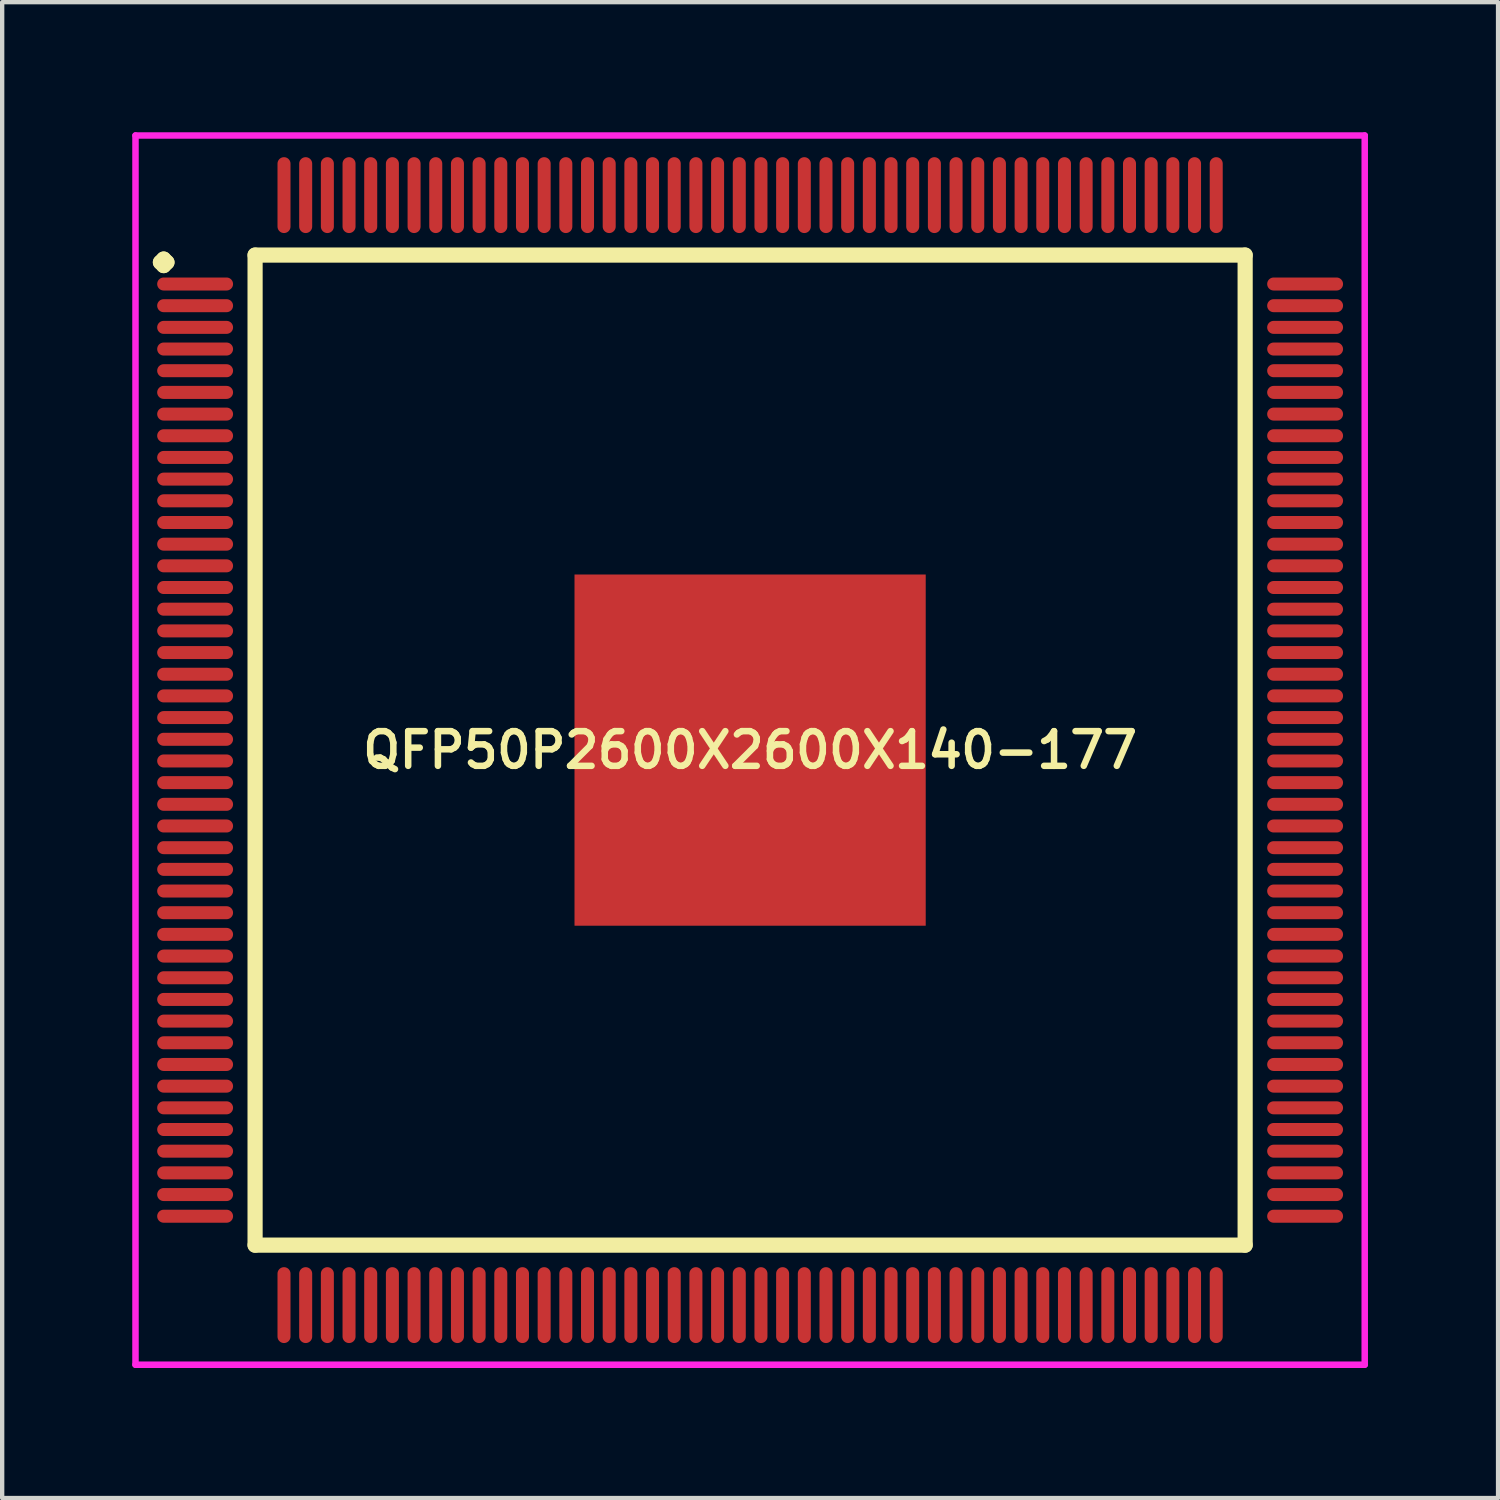
<source format=kicad_pcb>
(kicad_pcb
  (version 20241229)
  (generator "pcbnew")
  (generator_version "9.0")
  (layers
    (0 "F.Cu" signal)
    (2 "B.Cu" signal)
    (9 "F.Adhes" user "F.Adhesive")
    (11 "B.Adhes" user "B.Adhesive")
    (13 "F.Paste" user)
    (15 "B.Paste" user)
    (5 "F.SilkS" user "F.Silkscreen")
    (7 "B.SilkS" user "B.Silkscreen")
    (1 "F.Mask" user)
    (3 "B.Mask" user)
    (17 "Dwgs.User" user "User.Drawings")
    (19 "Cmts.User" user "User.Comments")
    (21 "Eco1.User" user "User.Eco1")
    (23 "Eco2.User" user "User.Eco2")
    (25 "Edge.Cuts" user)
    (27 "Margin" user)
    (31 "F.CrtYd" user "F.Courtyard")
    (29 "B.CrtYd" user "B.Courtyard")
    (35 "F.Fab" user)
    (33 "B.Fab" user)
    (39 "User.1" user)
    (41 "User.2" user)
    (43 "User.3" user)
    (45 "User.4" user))
  (footprint "QFP50P2600X2600X140-177"
    (layer "F.Cu")
    (at 14.25 14.25)
    (property "Reference" "QFP50P2600X2600X140-177" (at 0 0 0) (layer "F.SilkS") (effects (font (size 0.8 0.8) (thickness 0.15))))
    (attr smd)
    (fp_line (start -13.6 -11.25) (end -13.525 -11.325) (stroke (width 0.35) (type solid)) (layer "F.SilkS"))
    (fp_line (start -13.525 -11.325) (end -13.45 -11.25) (stroke (width 0.35) (type solid)) (layer "F.SilkS"))
    (fp_line (start -13.525 -11.175) (end -13.6 -11.25) (stroke (width 0.35) (type solid)) (layer "F.SilkS"))
    (fp_line (start -13.45 -11.25) (end -13.525 -11.175) (stroke (width 0.35) (type solid)) (layer "F.SilkS"))
    (fp_line (start -11.417 -11.417) (end -11.417 11.417) (stroke (width 0.35) (type solid)) (layer "F.SilkS"))
    (fp_line (start -11.417 11.417) (end 11.417 11.417) (stroke (width 0.35) (type solid)) (layer "F.SilkS"))
    (fp_line (start 11.417 -11.417) (end -11.417 -11.417) (stroke (width 0.35) (type solid)) (layer "F.SilkS"))
    (fp_line (start 11.417 11.417) (end 11.417 -11.417) (stroke (width 0.35) (type solid)) (layer "F.SilkS"))
    (fp_line (start -14.175 -14.175) (end 14.175 -14.175) (stroke (width 0.15) (type solid)) (layer "F.CrtYd"))
    (fp_line (start -14.175 14.175) (end -14.175 -14.175) (stroke (width 0.15) (type solid)) (layer "F.CrtYd"))
    (fp_line (start 14.175 -14.175) (end 14.175 14.175) (stroke (width 0.15) (type solid)) (layer "F.CrtYd"))
    (fp_line (start 14.175 14.175) (end -14.175 14.175) (stroke (width 0.15) (type solid)) (layer "F.CrtYd"))
    (pad "1" smd oval (at -12.8 -10.75) (size 1.75 0.3) (layers "F.Cu" "F.Mask" "F.Paste"))
    (pad "2" smd oval (at -12.8 -10.25) (size 1.75 0.3) (layers "F.Cu" "F.Mask" "F.Paste"))
    (pad "3" smd oval (at -12.8 -9.75) (size 1.75 0.3) (layers "F.Cu" "F.Mask" "F.Paste"))
    (pad "4" smd oval (at -12.8 -9.25) (size 1.75 0.3) (layers "F.Cu" "F.Mask" "F.Paste"))
    (pad "5" smd oval (at -12.8 -8.75) (size 1.75 0.3) (layers "F.Cu" "F.Mask" "F.Paste"))
    (pad "6" smd oval (at -12.8 -8.25) (size 1.75 0.3) (layers "F.Cu" "F.Mask" "F.Paste"))
    (pad "7" smd oval (at -12.8 -7.75) (size 1.75 0.3) (layers "F.Cu" "F.Mask" "F.Paste"))
    (pad "8" smd oval (at -12.8 -7.25) (size 1.75 0.3) (layers "F.Cu" "F.Mask" "F.Paste"))
    (pad "9" smd oval (at -12.8 -6.75) (size 1.75 0.3) (layers "F.Cu" "F.Mask" "F.Paste"))
    (pad "10" smd oval (at -12.8 -6.25) (size 1.75 0.3) (layers "F.Cu" "F.Mask" "F.Paste"))
    (pad "11" smd oval (at -12.8 -5.75) (size 1.75 0.3) (layers "F.Cu" "F.Mask" "F.Paste"))
    (pad "12" smd oval (at -12.8 -5.25) (size 1.75 0.3) (layers "F.Cu" "F.Mask" "F.Paste"))
    (pad "13" smd oval (at -12.8 -4.75) (size 1.75 0.3) (layers "F.Cu" "F.Mask" "F.Paste"))
    (pad "14" smd oval (at -12.8 -4.25) (size 1.75 0.3) (layers "F.Cu" "F.Mask" "F.Paste"))
    (pad "15" smd oval (at -12.8 -3.75) (size 1.75 0.3) (layers "F.Cu" "F.Mask" "F.Paste"))
    (pad "16" smd oval (at -12.8 -3.25) (size 1.75 0.3) (layers "F.Cu" "F.Mask" "F.Paste"))
    (pad "17" smd oval (at -12.8 -2.75) (size 1.75 0.3) (layers "F.Cu" "F.Mask" "F.Paste"))
    (pad "18" smd oval (at -12.8 -2.25) (size 1.75 0.3) (layers "F.Cu" "F.Mask" "F.Paste"))
    (pad "19" smd oval (at -12.8 -1.75) (size 1.75 0.3) (layers "F.Cu" "F.Mask" "F.Paste"))
    (pad "20" smd oval (at -12.8 -1.25) (size 1.75 0.3) (layers "F.Cu" "F.Mask" "F.Paste"))
    (pad "21" smd oval (at -12.8 -0.75) (size 1.75 0.3) (layers "F.Cu" "F.Mask" "F.Paste"))
    (pad "22" smd oval (at -12.8 -0.25) (size 1.75 0.3) (layers "F.Cu" "F.Mask" "F.Paste"))
    (pad "23" smd oval (at -12.8 0.25) (size 1.75 0.3) (layers "F.Cu" "F.Mask" "F.Paste"))
    (pad "24" smd oval (at -12.8 0.75) (size 1.75 0.3) (layers "F.Cu" "F.Mask" "F.Paste"))
    (pad "25" smd oval (at -12.8 1.25) (size 1.75 0.3) (layers "F.Cu" "F.Mask" "F.Paste"))
    (pad "26" smd oval (at -12.8 1.75) (size 1.75 0.3) (layers "F.Cu" "F.Mask" "F.Paste"))
    (pad "27" smd oval (at -12.8 2.25) (size 1.75 0.3) (layers "F.Cu" "F.Mask" "F.Paste"))
    (pad "28" smd oval (at -12.8 2.75) (size 1.75 0.3) (layers "F.Cu" "F.Mask" "F.Paste"))
    (pad "29" smd oval (at -12.8 3.25) (size 1.75 0.3) (layers "F.Cu" "F.Mask" "F.Paste"))
    (pad "30" smd oval (at -12.8 3.75) (size 1.75 0.3) (layers "F.Cu" "F.Mask" "F.Paste"))
    (pad "31" smd oval (at -12.8 4.25) (size 1.75 0.3) (layers "F.Cu" "F.Mask" "F.Paste"))
    (pad "32" smd oval (at -12.8 4.75) (size 1.75 0.3) (layers "F.Cu" "F.Mask" "F.Paste"))
    (pad "33" smd oval (at -12.8 5.25) (size 1.75 0.3) (layers "F.Cu" "F.Mask" "F.Paste"))
    (pad "34" smd oval (at -12.8 5.75) (size 1.75 0.3) (layers "F.Cu" "F.Mask" "F.Paste"))
    (pad "35" smd oval (at -12.8 6.25) (size 1.75 0.3) (layers "F.Cu" "F.Mask" "F.Paste"))
    (pad "36" smd oval (at -12.8 6.75) (size 1.75 0.3) (layers "F.Cu" "F.Mask" "F.Paste"))
    (pad "37" smd oval (at -12.8 7.25) (size 1.75 0.3) (layers "F.Cu" "F.Mask" "F.Paste"))
    (pad "38" smd oval (at -12.8 7.75) (size 1.75 0.3) (layers "F.Cu" "F.Mask" "F.Paste"))
    (pad "39" smd oval (at -12.8 8.25) (size 1.75 0.3) (layers "F.Cu" "F.Mask" "F.Paste"))
    (pad "40" smd oval (at -12.8 8.75) (size 1.75 0.3) (layers "F.Cu" "F.Mask" "F.Paste"))
    (pad "41" smd oval (at -12.8 9.25) (size 1.75 0.3) (layers "F.Cu" "F.Mask" "F.Paste"))
    (pad "42" smd oval (at -12.8 9.75) (size 1.75 0.3) (layers "F.Cu" "F.Mask" "F.Paste"))
    (pad "43" smd oval (at -12.8 10.25) (size 1.75 0.3) (layers "F.Cu" "F.Mask" "F.Paste"))
    (pad "44" smd oval (at -12.8 10.75) (size 1.75 0.3) (layers "F.Cu" "F.Mask" "F.Paste"))
    (pad "45" smd oval (at -10.75 12.8) (size 0.3 1.75) (layers "F.Cu" "F.Mask" "F.Paste"))
    (pad "46" smd oval (at -10.25 12.8) (size 0.3 1.75) (layers "F.Cu" "F.Mask" "F.Paste"))
    (pad "47" smd oval (at -9.75 12.8) (size 0.3 1.75) (layers "F.Cu" "F.Mask" "F.Paste"))
    (pad "48" smd oval (at -9.25 12.8) (size 0.3 1.75) (layers "F.Cu" "F.Mask" "F.Paste"))
    (pad "49" smd oval (at -8.75 12.8) (size 0.3 1.75) (layers "F.Cu" "F.Mask" "F.Paste"))
    (pad "50" smd oval (at -8.25 12.8) (size 0.3 1.75) (layers "F.Cu" "F.Mask" "F.Paste"))
    (pad "51" smd oval (at -7.75 12.8) (size 0.3 1.75) (layers "F.Cu" "F.Mask" "F.Paste"))
    (pad "52" smd oval (at -7.25 12.8) (size 0.3 1.75) (layers "F.Cu" "F.Mask" "F.Paste"))
    (pad "53" smd oval (at -6.75 12.8) (size 0.3 1.75) (layers "F.Cu" "F.Mask" "F.Paste"))
    (pad "54" smd oval (at -6.25 12.8) (size 0.3 1.75) (layers "F.Cu" "F.Mask" "F.Paste"))
    (pad "55" smd oval (at -5.75 12.8) (size 0.3 1.75) (layers "F.Cu" "F.Mask" "F.Paste"))
    (pad "56" smd oval (at -5.25 12.8) (size 0.3 1.75) (layers "F.Cu" "F.Mask" "F.Paste"))
    (pad "57" smd oval (at -4.75 12.8) (size 0.3 1.75) (layers "F.Cu" "F.Mask" "F.Paste"))
    (pad "58" smd oval (at -4.25 12.8) (size 0.3 1.75) (layers "F.Cu" "F.Mask" "F.Paste"))
    (pad "59" smd oval (at -3.75 12.8) (size 0.3 1.75) (layers "F.Cu" "F.Mask" "F.Paste"))
    (pad "60" smd oval (at -3.25 12.8) (size 0.3 1.75) (layers "F.Cu" "F.Mask" "F.Paste"))
    (pad "61" smd oval (at -2.75 12.8) (size 0.3 1.75) (layers "F.Cu" "F.Mask" "F.Paste"))
    (pad "62" smd oval (at -2.25 12.8) (size 0.3 1.75) (layers "F.Cu" "F.Mask" "F.Paste"))
    (pad "63" smd oval (at -1.75 12.8) (size 0.3 1.75) (layers "F.Cu" "F.Mask" "F.Paste"))
    (pad "64" smd oval (at -1.25 12.8) (size 0.3 1.75) (layers "F.Cu" "F.Mask" "F.Paste"))
    (pad "65" smd oval (at -0.75 12.8) (size 0.3 1.75) (layers "F.Cu" "F.Mask" "F.Paste"))
    (pad "66" smd oval (at -0.25 12.8) (size 0.3 1.75) (layers "F.Cu" "F.Mask" "F.Paste"))
    (pad "67" smd oval (at 0.25 12.8) (size 0.3 1.75) (layers "F.Cu" "F.Mask" "F.Paste"))
    (pad "68" smd oval (at 0.75 12.8) (size 0.3 1.75) (layers "F.Cu" "F.Mask" "F.Paste"))
    (pad "69" smd oval (at 1.25 12.8) (size 0.3 1.75) (layers "F.Cu" "F.Mask" "F.Paste"))
    (pad "70" smd oval (at 1.75 12.8) (size 0.3 1.75) (layers "F.Cu" "F.Mask" "F.Paste"))
    (pad "71" smd oval (at 2.25 12.8) (size 0.3 1.75) (layers "F.Cu" "F.Mask" "F.Paste"))
    (pad "72" smd oval (at 2.75 12.8) (size 0.3 1.75) (layers "F.Cu" "F.Mask" "F.Paste"))
    (pad "73" smd oval (at 3.25 12.8) (size 0.3 1.75) (layers "F.Cu" "F.Mask" "F.Paste"))
    (pad "74" smd oval (at 3.75 12.8) (size 0.3 1.75) (layers "F.Cu" "F.Mask" "F.Paste"))
    (pad "75" smd oval (at 4.25 12.8) (size 0.3 1.75) (layers "F.Cu" "F.Mask" "F.Paste"))
    (pad "76" smd oval (at 4.75 12.8) (size 0.3 1.75) (layers "F.Cu" "F.Mask" "F.Paste"))
    (pad "77" smd oval (at 5.25 12.8) (size 0.3 1.75) (layers "F.Cu" "F.Mask" "F.Paste"))
    (pad "78" smd oval (at 5.75 12.8) (size 0.3 1.75) (layers "F.Cu" "F.Mask" "F.Paste"))
    (pad "79" smd oval (at 6.25 12.8) (size 0.3 1.75) (layers "F.Cu" "F.Mask" "F.Paste"))
    (pad "80" smd oval (at 6.75 12.8) (size 0.3 1.75) (layers "F.Cu" "F.Mask" "F.Paste"))
    (pad "81" smd oval (at 7.25 12.8) (size 0.3 1.75) (layers "F.Cu" "F.Mask" "F.Paste"))
    (pad "82" smd oval (at 7.75 12.8) (size 0.3 1.75) (layers "F.Cu" "F.Mask" "F.Paste"))
    (pad "83" smd oval (at 8.25 12.8) (size 0.3 1.75) (layers "F.Cu" "F.Mask" "F.Paste"))
    (pad "84" smd oval (at 8.75 12.8) (size 0.3 1.75) (layers "F.Cu" "F.Mask" "F.Paste"))
    (pad "85" smd oval (at 9.25 12.8) (size 0.3 1.75) (layers "F.Cu" "F.Mask" "F.Paste"))
    (pad "86" smd oval (at 9.75 12.8) (size 0.3 1.75) (layers "F.Cu" "F.Mask" "F.Paste"))
    (pad "87" smd oval (at 10.25 12.8) (size 0.3 1.75) (layers "F.Cu" "F.Mask" "F.Paste"))
    (pad "88" smd oval (at 10.75 12.8) (size 0.3 1.75) (layers "F.Cu" "F.Mask" "F.Paste"))
    (pad "89" smd oval (at 12.8 10.75) (size 1.75 0.3) (layers "F.Cu" "F.Mask" "F.Paste"))
    (pad "90" smd oval (at 12.8 10.25) (size 1.75 0.3) (layers "F.Cu" "F.Mask" "F.Paste"))
    (pad "91" smd oval (at 12.8 9.75) (size 1.75 0.3) (layers "F.Cu" "F.Mask" "F.Paste"))
    (pad "92" smd oval (at 12.8 9.25) (size 1.75 0.3) (layers "F.Cu" "F.Mask" "F.Paste"))
    (pad "93" smd oval (at 12.8 8.75) (size 1.75 0.3) (layers "F.Cu" "F.Mask" "F.Paste"))
    (pad "94" smd oval (at 12.8 8.25) (size 1.75 0.3) (layers "F.Cu" "F.Mask" "F.Paste"))
    (pad "95" smd oval (at 12.8 7.75) (size 1.75 0.3) (layers "F.Cu" "F.Mask" "F.Paste"))
    (pad "96" smd oval (at 12.8 7.25) (size 1.75 0.3) (layers "F.Cu" "F.Mask" "F.Paste"))
    (pad "97" smd oval (at 12.8 6.75) (size 1.75 0.3) (layers "F.Cu" "F.Mask" "F.Paste"))
    (pad "98" smd oval (at 12.8 6.25) (size 1.75 0.3) (layers "F.Cu" "F.Mask" "F.Paste"))
    (pad "99" smd oval (at 12.8 5.75) (size 1.75 0.3) (layers "F.Cu" "F.Mask" "F.Paste"))
    (pad "100" smd oval (at 12.8 5.25) (size 1.75 0.3) (layers "F.Cu" "F.Mask" "F.Paste"))
    (pad "101" smd oval (at 12.8 4.75) (size 1.75 0.3) (layers "F.Cu" "F.Mask" "F.Paste"))
    (pad "102" smd oval (at 12.8 4.25) (size 1.75 0.3) (layers "F.Cu" "F.Mask" "F.Paste"))
    (pad "103" smd oval (at 12.8 3.75) (size 1.75 0.3) (layers "F.Cu" "F.Mask" "F.Paste"))
    (pad "104" smd oval (at 12.8 3.25) (size 1.75 0.3) (layers "F.Cu" "F.Mask" "F.Paste"))
    (pad "105" smd oval (at 12.8 2.75) (size 1.75 0.3) (layers "F.Cu" "F.Mask" "F.Paste"))
    (pad "106" smd oval (at 12.8 2.25) (size 1.75 0.3) (layers "F.Cu" "F.Mask" "F.Paste"))
    (pad "107" smd oval (at 12.8 1.75) (size 1.75 0.3) (layers "F.Cu" "F.Mask" "F.Paste"))
    (pad "108" smd oval (at 12.8 1.25) (size 1.75 0.3) (layers "F.Cu" "F.Mask" "F.Paste"))
    (pad "109" smd oval (at 12.8 0.75) (size 1.75 0.3) (layers "F.Cu" "F.Mask" "F.Paste"))
    (pad "110" smd oval (at 12.8 0.25) (size 1.75 0.3) (layers "F.Cu" "F.Mask" "F.Paste"))
    (pad "111" smd oval (at 12.8 -0.25) (size 1.75 0.3) (layers "F.Cu" "F.Mask" "F.Paste"))
    (pad "112" smd oval (at 12.8 -0.75) (size 1.75 0.3) (layers "F.Cu" "F.Mask" "F.Paste"))
    (pad "113" smd oval (at 12.8 -1.25) (size 1.75 0.3) (layers "F.Cu" "F.Mask" "F.Paste"))
    (pad "114" smd oval (at 12.8 -1.75) (size 1.75 0.3) (layers "F.Cu" "F.Mask" "F.Paste"))
    (pad "115" smd oval (at 12.8 -2.25) (size 1.75 0.3) (layers "F.Cu" "F.Mask" "F.Paste"))
    (pad "116" smd oval (at 12.8 -2.75) (size 1.75 0.3) (layers "F.Cu" "F.Mask" "F.Paste"))
    (pad "117" smd oval (at 12.8 -3.25) (size 1.75 0.3) (layers "F.Cu" "F.Mask" "F.Paste"))
    (pad "118" smd oval (at 12.8 -3.75) (size 1.75 0.3) (layers "F.Cu" "F.Mask" "F.Paste"))
    (pad "119" smd oval (at 12.8 -4.25) (size 1.75 0.3) (layers "F.Cu" "F.Mask" "F.Paste"))
    (pad "120" smd oval (at 12.8 -4.75) (size 1.75 0.3) (layers "F.Cu" "F.Mask" "F.Paste"))
    (pad "121" smd oval (at 12.8 -5.25) (size 1.75 0.3) (layers "F.Cu" "F.Mask" "F.Paste"))
    (pad "122" smd oval (at 12.8 -5.75) (size 1.75 0.3) (layers "F.Cu" "F.Mask" "F.Paste"))
    (pad "123" smd oval (at 12.8 -6.25) (size 1.75 0.3) (layers "F.Cu" "F.Mask" "F.Paste"))
    (pad "124" smd oval (at 12.8 -6.75) (size 1.75 0.3) (layers "F.Cu" "F.Mask" "F.Paste"))
    (pad "125" smd oval (at 12.8 -7.25) (size 1.75 0.3) (layers "F.Cu" "F.Mask" "F.Paste"))
    (pad "126" smd oval (at 12.8 -7.75) (size 1.75 0.3) (layers "F.Cu" "F.Mask" "F.Paste"))
    (pad "127" smd oval (at 12.8 -8.25) (size 1.75 0.3) (layers "F.Cu" "F.Mask" "F.Paste"))
    (pad "128" smd oval (at 12.8 -8.75) (size 1.75 0.3) (layers "F.Cu" "F.Mask" "F.Paste"))
    (pad "129" smd oval (at 12.8 -9.25) (size 1.75 0.3) (layers "F.Cu" "F.Mask" "F.Paste"))
    (pad "130" smd oval (at 12.8 -9.75) (size 1.75 0.3) (layers "F.Cu" "F.Mask" "F.Paste"))
    (pad "131" smd oval (at 12.8 -10.25) (size 1.75 0.3) (layers "F.Cu" "F.Mask" "F.Paste"))
    (pad "132" smd oval (at 12.8 -10.75) (size 1.75 0.3) (layers "F.Cu" "F.Mask" "F.Paste"))
    (pad "133" smd oval (at 10.75 -12.8) (size 0.3 1.75) (layers "F.Cu" "F.Mask" "F.Paste"))
    (pad "134" smd oval (at 10.25 -12.8) (size 0.3 1.75) (layers "F.Cu" "F.Mask" "F.Paste"))
    (pad "135" smd oval (at 9.75 -12.8) (size 0.3 1.75) (layers "F.Cu" "F.Mask" "F.Paste"))
    (pad "136" smd oval (at 9.25 -12.8) (size 0.3 1.75) (layers "F.Cu" "F.Mask" "F.Paste"))
    (pad "137" smd oval (at 8.75 -12.8) (size 0.3 1.75) (layers "F.Cu" "F.Mask" "F.Paste"))
    (pad "138" smd oval (at 8.25 -12.8) (size 0.3 1.75) (layers "F.Cu" "F.Mask" "F.Paste"))
    (pad "139" smd oval (at 7.75 -12.8) (size 0.3 1.75) (layers "F.Cu" "F.Mask" "F.Paste"))
    (pad "140" smd oval (at 7.25 -12.8) (size 0.3 1.75) (layers "F.Cu" "F.Mask" "F.Paste"))
    (pad "141" smd oval (at 6.75 -12.8) (size 0.3 1.75) (layers "F.Cu" "F.Mask" "F.Paste"))
    (pad "142" smd oval (at 6.25 -12.8) (size 0.3 1.75) (layers "F.Cu" "F.Mask" "F.Paste"))
    (pad "143" smd oval (at 5.75 -12.8) (size 0.3 1.75) (layers "F.Cu" "F.Mask" "F.Paste"))
    (pad "144" smd oval (at 5.25 -12.8) (size 0.3 1.75) (layers "F.Cu" "F.Mask" "F.Paste"))
    (pad "145" smd oval (at 4.75 -12.8) (size 0.3 1.75) (layers "F.Cu" "F.Mask" "F.Paste"))
    (pad "146" smd oval (at 4.25 -12.8) (size 0.3 1.75) (layers "F.Cu" "F.Mask" "F.Paste"))
    (pad "147" smd oval (at 3.75 -12.8) (size 0.3 1.75) (layers "F.Cu" "F.Mask" "F.Paste"))
    (pad "148" smd oval (at 3.25 -12.8) (size 0.3 1.75) (layers "F.Cu" "F.Mask" "F.Paste"))
    (pad "149" smd oval (at 2.75 -12.8) (size 0.3 1.75) (layers "F.Cu" "F.Mask" "F.Paste"))
    (pad "150" smd oval (at 2.25 -12.8) (size 0.3 1.75) (layers "F.Cu" "F.Mask" "F.Paste"))
    (pad "151" smd oval (at 1.75 -12.8) (size 0.3 1.75) (layers "F.Cu" "F.Mask" "F.Paste"))
    (pad "152" smd oval (at 1.25 -12.8) (size 0.3 1.75) (layers "F.Cu" "F.Mask" "F.Paste"))
    (pad "153" smd oval (at 0.75 -12.8) (size 0.3 1.75) (layers "F.Cu" "F.Mask" "F.Paste"))
    (pad "154" smd oval (at 0.25 -12.8) (size 0.3 1.75) (layers "F.Cu" "F.Mask" "F.Paste"))
    (pad "155" smd oval (at -0.25 -12.8) (size 0.3 1.75) (layers "F.Cu" "F.Mask" "F.Paste"))
    (pad "156" smd oval (at -0.75 -12.8) (size 0.3 1.75) (layers "F.Cu" "F.Mask" "F.Paste"))
    (pad "157" smd oval (at -1.25 -12.8) (size 0.3 1.75) (layers "F.Cu" "F.Mask" "F.Paste"))
    (pad "158" smd oval (at -1.75 -12.8) (size 0.3 1.75) (layers "F.Cu" "F.Mask" "F.Paste"))
    (pad "159" smd oval (at -2.25 -12.8) (size 0.3 1.75) (layers "F.Cu" "F.Mask" "F.Paste"))
    (pad "160" smd oval (at -2.75 -12.8) (size 0.3 1.75) (layers "F.Cu" "F.Mask" "F.Paste"))
    (pad "161" smd oval (at -3.25 -12.8) (size 0.3 1.75) (layers "F.Cu" "F.Mask" "F.Paste"))
    (pad "162" smd oval (at -3.75 -12.8) (size 0.3 1.75) (layers "F.Cu" "F.Mask" "F.Paste"))
    (pad "163" smd oval (at -4.25 -12.8) (size 0.3 1.75) (layers "F.Cu" "F.Mask" "F.Paste"))
    (pad "164" smd oval (at -4.75 -12.8) (size 0.3 1.75) (layers "F.Cu" "F.Mask" "F.Paste"))
    (pad "165" smd oval (at -5.25 -12.8) (size 0.3 1.75) (layers "F.Cu" "F.Mask" "F.Paste"))
    (pad "166" smd oval (at -5.75 -12.8) (size 0.3 1.75) (layers "F.Cu" "F.Mask" "F.Paste"))
    (pad "167" smd oval (at -6.25 -12.8) (size 0.3 1.75) (layers "F.Cu" "F.Mask" "F.Paste"))
    (pad "168" smd oval (at -6.75 -12.8) (size 0.3 1.75) (layers "F.Cu" "F.Mask" "F.Paste"))
    (pad "169" smd oval (at -7.25 -12.8) (size 0.3 1.75) (layers "F.Cu" "F.Mask" "F.Paste"))
    (pad "170" smd oval (at -7.75 -12.8) (size 0.3 1.75) (layers "F.Cu" "F.Mask" "F.Paste"))
    (pad "171" smd oval (at -8.25 -12.8) (size 0.3 1.75) (layers "F.Cu" "F.Mask" "F.Paste"))
    (pad "172" smd oval (at -8.75 -12.8) (size 0.3 1.75) (layers "F.Cu" "F.Mask" "F.Paste"))
    (pad "173" smd oval (at -9.25 -12.8) (size 0.3 1.75) (layers "F.Cu" "F.Mask" "F.Paste"))
    (pad "174" smd oval (at -9.75 -12.8) (size 0.3 1.75) (layers "F.Cu" "F.Mask" "F.Paste"))
    (pad "175" smd oval (at -10.25 -12.8) (size 0.3 1.75) (layers "F.Cu" "F.Mask" "F.Paste"))
    (pad "176" smd oval (at -10.75 -12.8) (size 0.3 1.75) (layers "F.Cu" "F.Mask" "F.Paste"))
    (pad "177" smd rect (at 0 0) (size 8.1 8.1) (layers "F.Cu" "F.Mask" "F.Paste")))
  (gr_rect
    (start -3 -3)
    (end 31.5 31.5)
    (stroke (width 0.1) (type default))
    (fill no)
    (layer "Edge.Cuts")))
</source>
